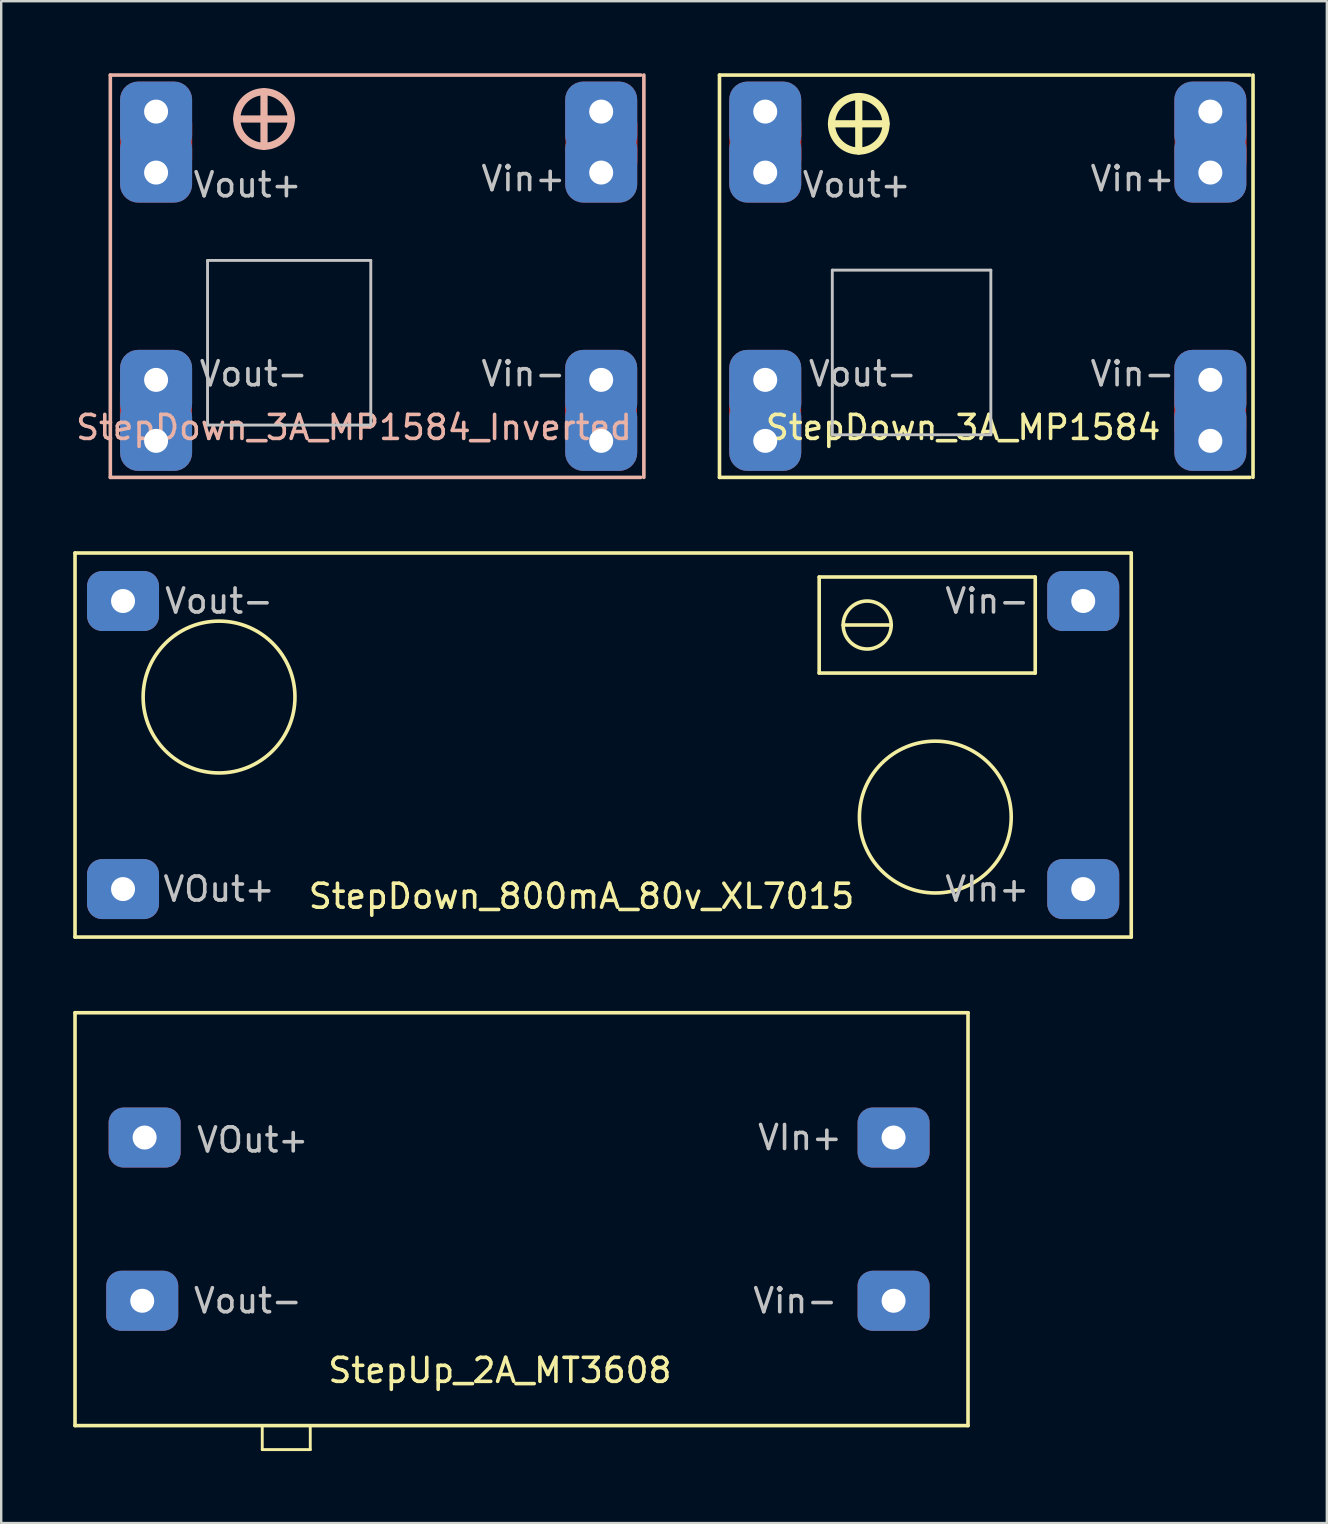
<source format=kicad_pcb>
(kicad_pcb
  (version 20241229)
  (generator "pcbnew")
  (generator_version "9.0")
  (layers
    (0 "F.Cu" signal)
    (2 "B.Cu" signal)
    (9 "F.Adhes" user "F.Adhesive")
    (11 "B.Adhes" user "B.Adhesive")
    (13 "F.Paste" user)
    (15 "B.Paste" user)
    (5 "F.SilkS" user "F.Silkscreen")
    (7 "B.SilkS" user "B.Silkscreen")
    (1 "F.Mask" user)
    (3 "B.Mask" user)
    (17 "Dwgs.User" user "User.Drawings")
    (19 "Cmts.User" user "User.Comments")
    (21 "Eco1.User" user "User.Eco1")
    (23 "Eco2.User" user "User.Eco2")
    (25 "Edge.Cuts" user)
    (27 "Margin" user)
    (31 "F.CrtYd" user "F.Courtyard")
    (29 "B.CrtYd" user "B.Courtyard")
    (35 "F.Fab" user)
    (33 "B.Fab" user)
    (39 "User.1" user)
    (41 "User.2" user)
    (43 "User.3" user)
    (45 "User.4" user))
  (footprint "StepUp_2A_MT3608"
    (layer "F.Cu")
    (at 18.675 47.737)
    (property "Reference" "StepUp_2A_MT3608" (at -0.9 6.3 0) (layer "F.SilkS") (effects (font (size 1 1) (thickness 0.15))))
    (attr through_hole)
    (fp_line (start -18.6 -8.6) (end 18.6 -8.6) (stroke (width 0.15) (type solid)) (layer "F.SilkS"))
    (fp_line (start -18.6 8.6) (end -18.6 -8.6) (stroke (width 0.15) (type solid)) (layer "F.SilkS"))
    (fp_line (start -10.8 9.6) (end -10.8 8.6) (stroke (width 0.12) (type solid)) (layer "F.SilkS"))
    (fp_line (start -8.8 8.6) (end -8.8 9.6) (stroke (width 0.12) (type solid)) (layer "F.SilkS"))
    (fp_line (start -8.8 9.6) (end -10.8 9.6) (stroke (width 0.12) (type solid)) (layer "F.SilkS"))
    (fp_line (start 18.6 -8.6) (end 18.6 8.6) (stroke (width 0.15) (type solid)) (layer "F.SilkS"))
    (fp_line (start 18.6 8.6) (end -18.6 8.6) (stroke (width 0.15) (type solid)) (layer "F.SilkS"))
    (fp_text user "VOut+" (at -11.2 -3.3 0) (layer "Dwgs.User") (effects (font (size 1 1) (thickness 0.15))))
    (fp_text user "Vin-" (at 11.4 3.4 0) (layer "Dwgs.User") (effects (font (size 1 1) (thickness 0.15))))
    (fp_text user "Vout-" (at -11.4 3.4 0) (layer "Dwgs.User") (effects (font (size 1 1) (thickness 0.15))))
    (fp_text user "VIn+" (at 11.6 -3.4 0) (layer "Dwgs.User") (effects (font (size 1 1) (thickness 0.15))))
    (pad "1" thru_hole roundrect (at 15.5 -3.4) (size 3 2.5) (drill 1) (layers "*.Cu" "*.Mask") (roundrect_rratio 0.25))
    (pad "2" thru_hole roundrect (at 15.5 3.4) (size 3 2.5) (drill 1) (layers "*.Cu" "*.Mask") (roundrect_rratio 0.25))
    (pad "3" thru_hole roundrect (at -15.8 3.4) (size 3 2.5) (drill 1) (layers "*.Cu" "*.Mask") (roundrect_rratio 0.25))
    (pad "4" thru_hole roundrect (at -15.7 -3.4) (size 3 2.5) (drill 1) (layers "*.Cu" "*.Mask") (roundrect_rratio 0.25)))
  (footprint "StepDown_800mA_80v_XL7015"
    (layer "F.Cu")
    (at 22.075 27.987)
    (property "Reference" "StepDown_800mA_80v_XL7015" (at -0.9 6.3 0) (layer "F.SilkS") (effects (font (size 1 1) (thickness 0.15))))
    (attr through_hole)
    (fp_line (start -22 -8) (end 22 -8) (stroke (width 0.15) (type solid)) (layer "F.SilkS"))
    (fp_line (start -22 8) (end -22 -8) (stroke (width 0.15) (type solid)) (layer "F.SilkS"))
    (fp_line (start 9 -7) (end 18 -7) (stroke (width 0.15) (type solid)) (layer "F.SilkS"))
    (fp_line (start 9 -3) (end 9 -7) (stroke (width 0.15) (type solid)) (layer "F.SilkS"))
    (fp_line (start 10 -5) (end 12 -5) (stroke (width 0.15) (type solid)) (layer "F.SilkS"))
    (fp_line (start 18 -7) (end 18 -3) (stroke (width 0.15) (type solid)) (layer "F.SilkS"))
    (fp_line (start 18 -3) (end 9 -3) (stroke (width 0.15) (type solid)) (layer "F.SilkS"))
    (fp_line (start 22 -8) (end 22 8) (stroke (width 0.15) (type solid)) (layer "F.SilkS"))
    (fp_line (start 22 8) (end -22 8) (stroke (width 0.15) (type solid)) (layer "F.SilkS"))
    (fp_circle (center -16 -2) (end -13 -1) (stroke (width 0.15) (type solid)) (fill no) (layer "F.SilkS"))
    (fp_circle (center 11 -5) (end 11 -6) (stroke (width 0.15) (type solid)) (fill no) (layer "F.SilkS"))
    (fp_circle (center 13.838 3) (end 16.838 2) (stroke (width 0.15) (type solid)) (fill no) (layer "F.SilkS"))
    (fp_text user "Vout-" (at -16 -6 0) (layer "Dwgs.User") (effects (font (size 1 1) (thickness 0.15))))
    (fp_text user "VIn+" (at 16 6 0) (layer "Dwgs.User") (effects (font (size 1 1) (thickness 0.15))))
    (fp_text user "VOut+" (at -16 6 0) (layer "Dwgs.User") (effects (font (size 1 1) (thickness 0.15))))
    (fp_text user "Vin-" (at 16 -6 0) (layer "Dwgs.User") (effects (font (size 1 1) (thickness 0.15))))
    (pad "1" thru_hole roundrect (at 20 6) (size 3 2.5) (drill 1) (layers "*.Cu" "*.Mask") (roundrect_rratio 0.25))
    (pad "2" thru_hole roundrect (at 20 -6) (size 3 2.5) (drill 1) (layers "*.Cu" "*.Mask") (roundrect_rratio 0.25))
    (pad "3" thru_hole roundrect (at -20 -6) (size 3 2.5) (drill 1) (layers "*.Cu" "*.Mask") (roundrect_rratio 0.25))
    (pad "4" thru_hole roundrect (at -20 6) (size 3 2.5) (drill 1) (layers "*.Cu" "*.Mask") (roundrect_rratio 0.25)))
  (footprint "StepDown_3A_MP1584"
    (layer "F.Cu")
    (at 37.972 8.457)
    (property "Reference" "StepDown_3A_MP1584" (at -0.9 6.3 0) (layer "F.SilkS") (effects (font (size 1 1) (thickness 0.15))))
    (attr through_hole)
    (fp_line (start -11.05 -8.38) (end 11.05 -8.38) (stroke (width 0.15) (type solid)) (layer "F.SilkS"))
    (fp_line (start -11.05 8.38) (end -11.05 -8.38) (stroke (width 0.15) (type solid)) (layer "F.SilkS"))
    (fp_line (start -11.05 8.38) (end 11.05 8.38) (stroke (width 0.15) (type solid)) (layer "F.SilkS"))
    (fp_line (start -6.384 -6.35) (end -4.112 -6.35) (stroke (width 0.3) (type solid)) (layer "F.SilkS"))
    (fp_line (start -5.248 -5.214) (end -5.248 -7.486) (stroke (width 0.3) (type solid)) (layer "F.SilkS"))
    (fp_line (start 11.176 -8.382) (end 11.176 8.378) (stroke (width 0.15) (type solid)) (layer "F.SilkS"))
    (fp_circle (center -5.248 -6.35) (end -4.112 -6.35) (stroke (width 0.3) (type solid)) (fill no) (layer "F.SilkS"))
    (fp_line (start -6.35 -0.254) (end 0.254 -0.254) (stroke (width 0.12) (type solid)) (layer "Dwgs.User"))
    (fp_line (start -6.35 4.572) (end -6.35 -0.254) (stroke (width 0.12) (type solid)) (layer "Dwgs.User"))
    (fp_line (start -6.35 6.604) (end -6.35 4.572) (stroke (width 0.12) (type solid)) (layer "Dwgs.User"))
    (fp_line (start 0.254 -0.254) (end 0.254 6.604) (stroke (width 0.12) (type solid)) (layer "Dwgs.User"))
    (fp_line (start 0.254 6.604) (end -6.35 6.604) (stroke (width 0.12) (type solid)) (layer "Dwgs.User"))
    (fp_text user "Vin-" (at 4.318 4.064 0) (layer "Dwgs.User") (effects (font (size 1 1) (thickness 0.15)) (justify left)))
    (fp_text user "Vout+" (at -5.334 -3.808 0) (layer "Dwgs.User") (effects (font (size 1 1) (thickness 0.15))))
    (fp_text user "Vout-" (at -5.08 4.064 0) (layer "Dwgs.User") (effects (font (size 1 1) (thickness 0.15))))
    (fp_text user "Vin+" (at 4.318 -4.064 0) (layer "Dwgs.User") (effects (font (size 1 1) (thickness 0.15)) (justify left)))
    (pad "1" thru_hole roundrect (at 9.398 -6.858) (size 3 3) (drill 1 (offset 0 0.25)) (layers "*.Cu" "*.Mask") (roundrect_rratio 0.25))
    (pad "1" thru_hole roundrect (at 9.398 -4.318) (size 3 3) (drill 1 (offset 0 -0.25)) (layers "*.Cu" "*.Mask") (roundrect_rratio 0.25))
    (pad "1" smd roundrect (at 9.41 -5.31) (size 3 3) (drill (offset 0 -0.25)) (layers "F.Cu" "F.Mask" "F.Paste") (roundrect_rratio 0.25))
    (pad "2" smd roundrect (at 9.39 5.83) (size 3 3) (drill (offset 0 -0.25)) (layers "F.Cu" "F.Mask" "F.Paste") (roundrect_rratio 0.25))
    (pad "2" thru_hole roundrect (at 9.398 4.318) (size 3 3) (drill 1 (offset 0 0.25)) (layers "*.Cu" "*.Mask") (roundrect_rratio 0.25))
    (pad "2" thru_hole roundrect (at 9.398 6.858) (size 3 3) (drill 1 (offset 0 -0.25)) (layers "*.Cu" "*.Mask") (roundrect_rratio 0.25))
    (pad "3" smd roundrect (at -9.15 5.82) (size 3 3) (drill (offset 0 -0.25)) (layers "F.Cu" "F.Mask" "F.Paste") (roundrect_rratio 0.25))
    (pad "3" thru_hole roundrect (at -9.144 4.318) (size 3 3) (drill 1 (offset 0 0.25)) (layers "*.Cu" "*.Mask") (roundrect_rratio 0.25))
    (pad "3" thru_hole roundrect (at -9.144 6.858) (size 3 3) (drill 1 (offset 0 -0.25)) (layers "*.Cu" "*.Mask") (roundrect_rratio 0.25))
    (pad "4" thru_hole roundrect (at -9.144 -6.858) (size 3 3) (drill 1 (offset 0 0.25)) (layers "*.Cu" "*.Mask") (roundrect_rratio 0.25))
    (pad "4" thru_hole roundrect (at -9.144 -4.318) (size 3 3) (drill 1 (offset 0 -0.25)) (layers "*.Cu" "*.Mask") (roundrect_rratio 0.25))
    (pad "4" smd roundrect (at -9.14 -5.36) (size 3 3) (drill (offset 0 -0.25)) (layers "F.Cu" "F.Mask" "F.Paste") (roundrect_rratio 0.25)))
  (footprint "StepDown_3A_MP1584_Inverted"
    (layer "F.Cu")
    (at 12.596 8.457)
    (property "Reference" "StepDown_3A_MP1584_Inverted" (at -0.9 6.3 0) (layer "B.SilkS") (effects (font (size 1 1) (thickness 0.15))))
    (attr through_hole)
    (fp_line (start -11.05 -8.38) (end 11.05 -8.38) (stroke (width 0.15) (type solid)) (layer "B.SilkS"))
    (fp_line (start -11.05 8.38) (end -11.05 -8.38) (stroke (width 0.15) (type solid)) (layer "B.SilkS"))
    (fp_line (start -11.05 8.38) (end 11.05 8.38) (stroke (width 0.15) (type solid)) (layer "B.SilkS"))
    (fp_line (start -5.784 -6.55) (end -3.512 -6.55) (stroke (width 0.3) (type solid)) (layer "B.SilkS"))
    (fp_line (start -4.648 -5.414) (end -4.648 -7.686) (stroke (width 0.3) (type solid)) (layer "B.SilkS"))
    (fp_line (start 11.176 -8.382) (end 11.176 8.378) (stroke (width 0.15) (type solid)) (layer "B.SilkS"))
    (fp_circle (center -4.648 -6.55) (end -3.512 -6.55) (stroke (width 0.3) (type solid)) (fill no) (layer "B.SilkS"))
    (fp_line (start -7 -0.658) (end -7 6.2) (stroke (width 0.12) (type solid)) (layer "Dwgs.User"))
    (fp_line (start -7 6.2) (end -0.2 6.2) (stroke (width 0.12) (type solid)) (layer "Dwgs.User"))
    (fp_line (start -0.2 -0.658) (end -7 -0.658) (stroke (width 0.12) (type solid)) (layer "Dwgs.User"))
    (fp_line (start -0.2 6.2) (end -0.2 -0.658) (stroke (width 0.12) (type solid)) (layer "Dwgs.User"))
    (fp_text user "Vout+" (at -5.334 -3.808 0) (layer "Dwgs.User") (effects (font (size 1 1) (thickness 0.15))))
    (fp_text user "Vout-" (at -5.08 4.064 0) (layer "Dwgs.User") (effects (font (size 1 1) (thickness 0.15))))
    (fp_text user "Vin-" (at 4.318 4.064 0) (layer "Dwgs.User") (effects (font (size 1 1) (thickness 0.15)) (justify left)))
    (fp_text user "Vin+" (at 4.318 -4.064 0) (layer "Dwgs.User") (effects (font (size 1 1) (thickness 0.15)) (justify left)))
    (pad "1" thru_hole roundrect (at 9.398 -6.858) (size 3 3) (drill 1 (offset 0 0.25)) (layers "*.Cu" "*.Mask") (roundrect_rratio 0.25))
    (pad "1" thru_hole roundrect (at 9.398 -4.318) (size 3 3) (drill 1 (offset 0 -0.25)) (layers "*.Cu" "*.Mask") (roundrect_rratio 0.25))
    (pad "1" smd roundrect (at 9.41 -5.31) (size 3 3) (drill (offset 0 -0.25)) (layers "F.Cu" "F.Mask" "F.Paste") (roundrect_rratio 0.25))
    (pad "2" smd roundrect (at 9.39 5.83) (size 3 3) (drill (offset 0 -0.25)) (layers "F.Cu" "F.Mask" "F.Paste") (roundrect_rratio 0.25))
    (pad "2" thru_hole roundrect (at 9.398 4.318) (size 3 3) (drill 1 (offset 0 0.25)) (layers "*.Cu" "*.Mask") (roundrect_rratio 0.25))
    (pad "2" thru_hole roundrect (at 9.398 6.858) (size 3 3) (drill 1 (offset 0 -0.25)) (layers "*.Cu" "*.Mask") (roundrect_rratio 0.25))
    (pad "3" smd roundrect (at -9.15 5.82) (size 3 3) (drill (offset 0 -0.25)) (layers "F.Cu" "F.Mask" "F.Paste") (roundrect_rratio 0.25))
    (pad "3" thru_hole roundrect (at -9.144 4.318) (size 3 3) (drill 1 (offset 0 0.25)) (layers "*.Cu" "*.Mask") (roundrect_rratio 0.25))
    (pad "3" thru_hole roundrect (at -9.144 6.858) (size 3 3) (drill 1 (offset 0 -0.25)) (layers "*.Cu" "*.Mask") (roundrect_rratio 0.25))
    (pad "4" thru_hole roundrect (at -9.144 -6.858) (size 3 3) (drill 1 (offset 0 0.25)) (layers "*.Cu" "*.Mask") (roundrect_rratio 0.25))
    (pad "4" thru_hole roundrect (at -9.144 -4.318) (size 3 3) (drill 1 (offset 0 -0.25)) (layers "*.Cu" "*.Mask") (roundrect_rratio 0.25))
    (pad "4" smd roundrect (at -9.14 -5.36) (size 3 3) (drill (offset 0 -0.25)) (layers "F.Cu" "F.Mask" "F.Paste") (roundrect_rratio 0.25)))
  (gr_rect
    (start -3 -3)
    (end 52.223 60.397)
    (stroke (width 0.1) (type default))
    (fill no)
    (layer "Edge.Cuts")))
</source>
